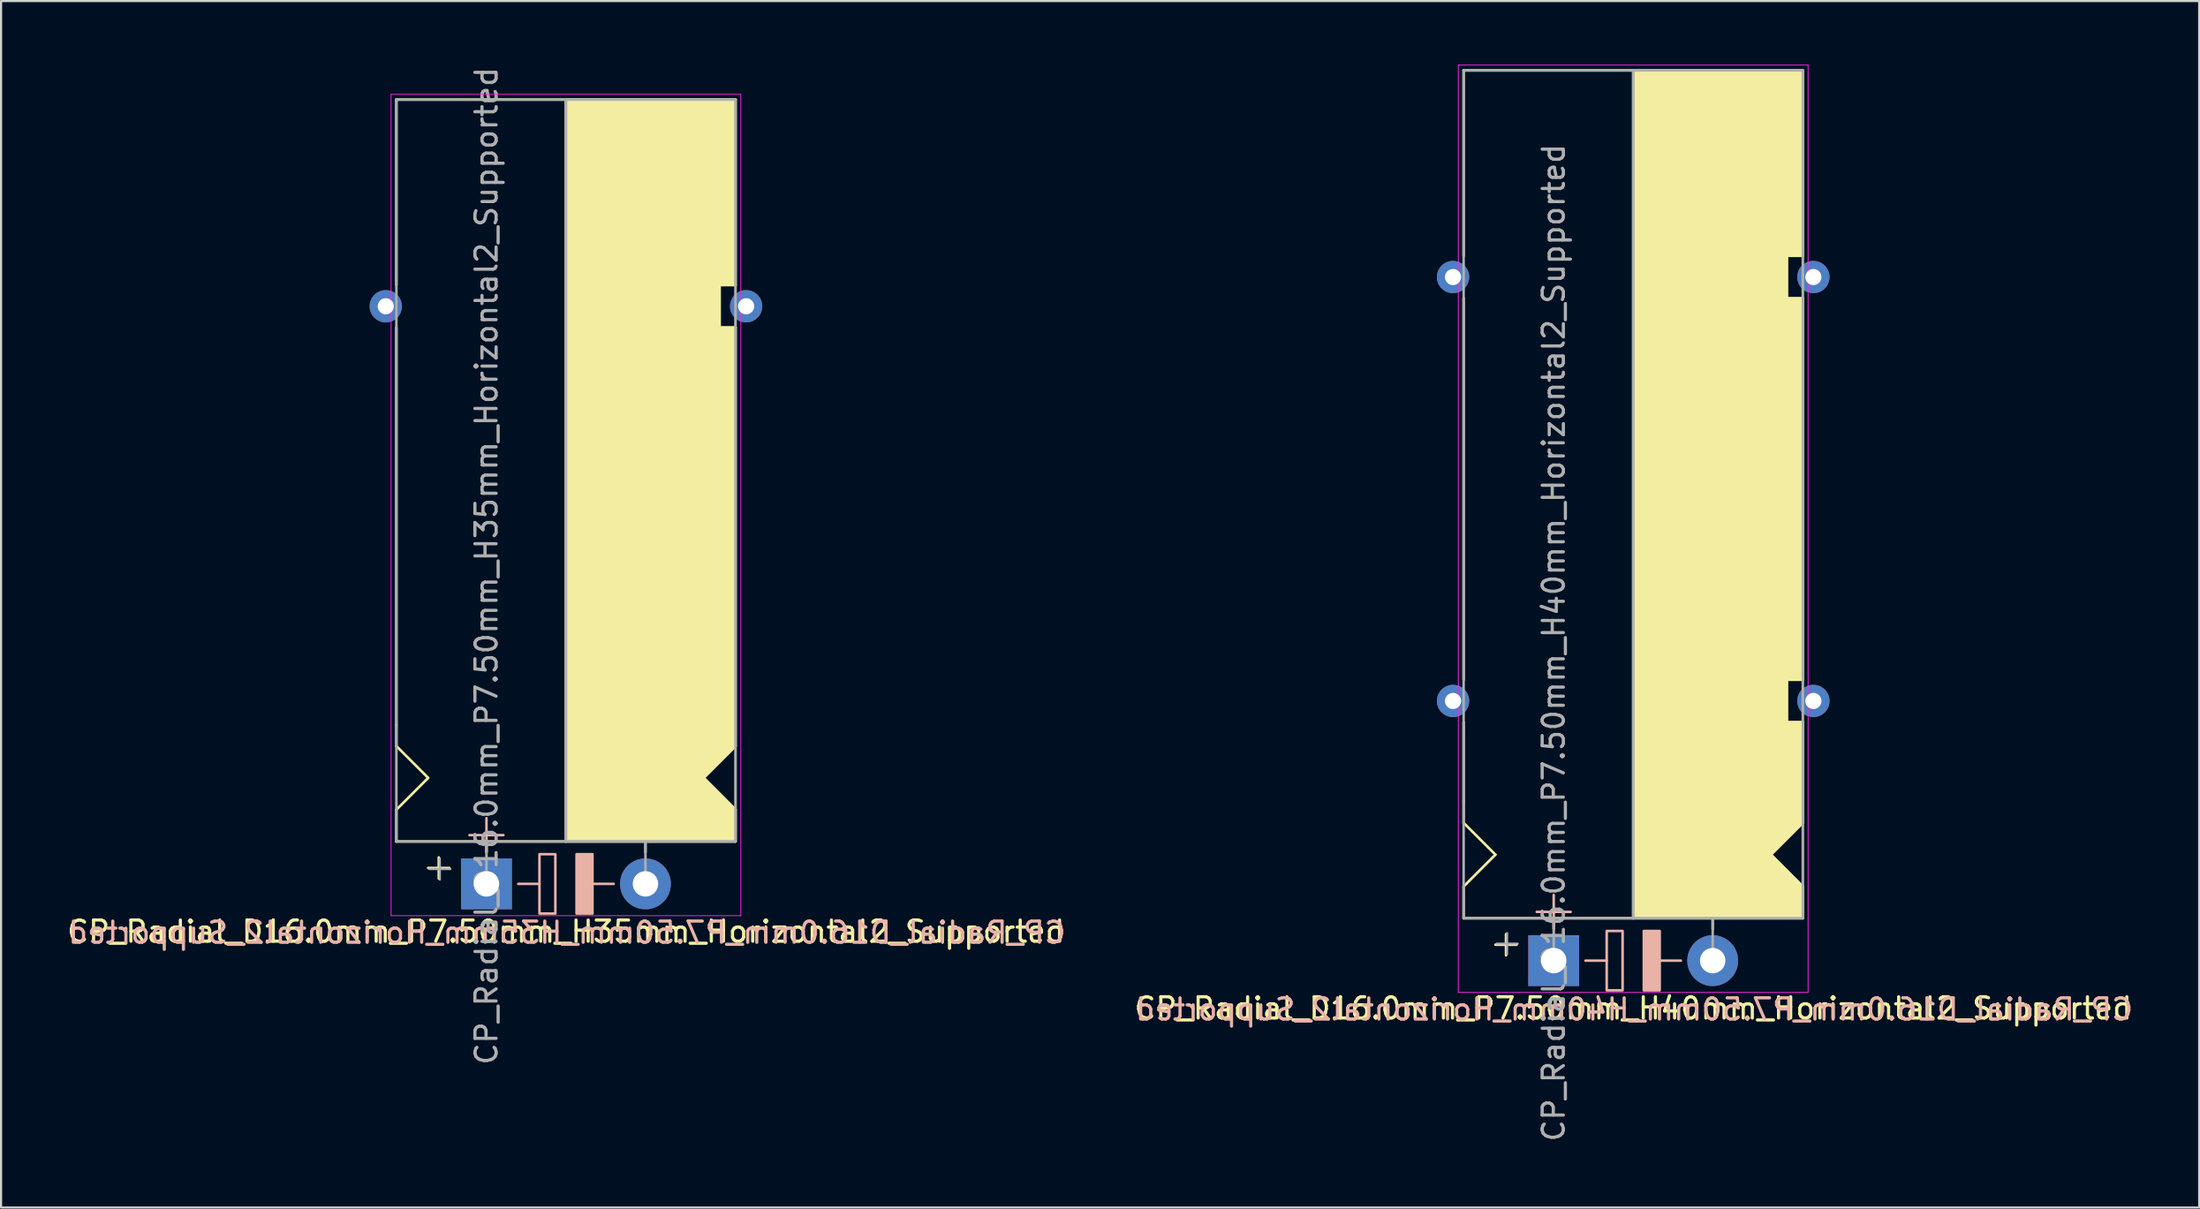
<source format=kicad_pcb>
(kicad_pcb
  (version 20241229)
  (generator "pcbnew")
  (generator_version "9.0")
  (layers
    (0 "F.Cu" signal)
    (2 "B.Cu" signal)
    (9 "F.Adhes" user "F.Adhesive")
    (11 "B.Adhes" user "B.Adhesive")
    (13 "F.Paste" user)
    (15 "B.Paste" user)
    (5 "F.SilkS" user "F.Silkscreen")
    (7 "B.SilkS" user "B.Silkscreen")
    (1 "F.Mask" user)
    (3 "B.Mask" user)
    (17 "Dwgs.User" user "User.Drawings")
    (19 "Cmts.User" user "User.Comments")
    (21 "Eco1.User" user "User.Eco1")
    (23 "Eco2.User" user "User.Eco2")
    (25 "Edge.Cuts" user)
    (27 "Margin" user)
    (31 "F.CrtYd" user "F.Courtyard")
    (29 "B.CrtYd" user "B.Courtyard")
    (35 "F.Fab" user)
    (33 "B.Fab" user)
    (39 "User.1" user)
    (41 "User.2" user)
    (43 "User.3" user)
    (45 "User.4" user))
  (footprint "CP_Radial_D16.0mm_P7.50mm_H35mm_Horizontal2_Supported"
    (layer "F.Cu")
    (at 19.899 38.649)
    (property "Reference" "CP_Radial_D16.0mm_P7.50mm_H35mm_Horizontal2_Supported" (at 3.75 2.25 0) (layer "F.SilkS") (effects (font (size 1 1) (thickness 0.15))))
    (fp_line (start -4.25 -28.25) (end -4.25 -37) (stroke (width 0.12) (type solid)) (layer "F.SilkS"))
    (fp_line (start -4.25 -7.5) (end -4.25 -26.25) (stroke (width 0.12) (type solid)) (layer "F.SilkS"))
    (fp_line (start -4.25 -6.5) (end -4.25 -7.5) (stroke (width 0.12) (type solid)) (layer "F.SilkS"))
    (fp_line (start -4.25 -3.5) (end -2.75 -5) (stroke (width 0.12) (type solid)) (layer "F.SilkS"))
    (fp_line (start -4.25 -2) (end -4.25 -3.5) (stroke (width 0.12) (type solid)) (layer "F.SilkS"))
    (fp_line (start -2.75 -5) (end -4.25 -6.5) (stroke (width 0.12) (type solid)) (layer "F.SilkS"))
    (fp_line (start -2.25 -1.25) (end -2.25 -0.25) (stroke (width 0.12) (type solid)) (layer "F.SilkS"))
    (fp_line (start -1.75 -0.75) (end -2.75 -0.75) (stroke (width 0.12) (type solid)) (layer "F.SilkS"))
    (fp_line (start 0 -1.5) (end 0 -2) (stroke (width 0.12) (type solid)) (layer "F.SilkS"))
    (fp_line (start 3.75 -2) (end -4.25 -2) (stroke (width 0.12) (type solid)) (layer "F.SilkS"))
    (fp_line (start 3.75 -2) (end 3.75 -37) (stroke (width 0.12) (type solid)) (layer "F.SilkS"))
    (fp_line (start 3.75 -2) (end 11.75 -2) (stroke (width 0.12) (type solid)) (layer "F.SilkS"))
    (fp_line (start 7.5 -1.5) (end 7.5 -2) (stroke (width 0.12) (type solid)) (layer "F.SilkS"))
    (fp_line (start 10.25 -5) (end 11.75 -6.5) (stroke (width 0.12) (type solid)) (layer "F.SilkS"))
    (fp_line (start 11 -28.25) (end 11 -26.25) (stroke (width 0.12) (type solid)) (layer "F.SilkS"))
    (fp_line (start 11 -26.25) (end 11.75 -26.25) (stroke (width 0.12) (type solid)) (layer "F.SilkS"))
    (fp_line (start 11.75 -37) (end -4.25 -37) (stroke (width 0.12) (type solid)) (layer "F.SilkS"))
    (fp_line (start 11.75 -37) (end 11.75 -28.25) (stroke (width 0.12) (type solid)) (layer "F.SilkS"))
    (fp_line (start 11.75 -28.25) (end 11 -28.25) (stroke (width 0.12) (type solid)) (layer "F.SilkS"))
    (fp_line (start 11.75 -26.25) (end 11.75 -6.5) (stroke (width 0.12) (type solid)) (layer "F.SilkS"))
    (fp_line (start 11.75 -3.5) (end 10.25 -5) (stroke (width 0.12) (type solid)) (layer "F.SilkS"))
    (fp_line (start 11.75 -2) (end 11.75 -3.5) (stroke (width 0.12) (type solid)) (layer "F.SilkS"))
    (fp_poly (pts (xy 11.75 -3.5) (xy 10.25 -5) (xy 11.75 -6.5) (xy 11.75 -26.25) (xy 11 -26.25) (xy 11 -28.25) (xy 11.75 -28.25) (xy 11.75 -37) (xy 3.75 -37) (xy 3.75 -2) (xy 11.75 -2)) (stroke (width 0.1) (type solid)) (fill yes) (layer "F.SilkS"))
    (fp_line (start 0 -3.1) (end 0 -1.5) (stroke (width 0.12) (type solid)) (layer "B.SilkS"))
    (fp_line (start 0.8 -2.3) (end -0.8 -2.3) (stroke (width 0.12) (type solid)) (layer "B.SilkS"))
    (fp_line (start 2.5 0) (end 1.5 0) (stroke (width 0.12) (type solid)) (layer "B.SilkS"))
    (fp_line (start 6 0) (end 5 0) (stroke (width 0.12) (type solid)) (layer "B.SilkS"))
    (fp_rect (start 2.5 -1.4) (end 3.25 1.4) (stroke (width 0.12) (type solid)) (fill no) (layer "B.SilkS"))
    (fp_rect (start 4.25 -1.4) (end 5 1.4) (stroke (width 0.12) (type solid)) (fill yes) (layer "B.SilkS"))
    (fp_line (start -4.5 -37.25) (end -4.5 1.5) (stroke (width 0.04) (type solid)) (layer "F.CrtYd"))
    (fp_line (start -4.5 1.5) (end 12 1.5) (stroke (width 0.04) (type solid)) (layer "F.CrtYd"))
    (fp_line (start 12 -37.25) (end -4.5 -37.25) (stroke (width 0.04) (type solid)) (layer "F.CrtYd"))
    (fp_line (start 12 1.5) (end 12 -37.25) (stroke (width 0.04) (type solid)) (layer "F.CrtYd"))
    (fp_line (start -4.25 -37) (end 11.75 -37) (stroke (width 0.12) (type solid)) (layer "F.Fab"))
    (fp_line (start -4.25 -2) (end -4.25 -37) (stroke (width 0.12) (type solid)) (layer "F.Fab"))
    (fp_line (start -2.7 -0.7) (end -1.7 -0.7) (stroke (width 0.1) (type solid)) (layer "F.Fab"))
    (fp_line (start -2.2 -0.2) (end -2.2 -1.2) (stroke (width 0.1) (type solid)) (layer "F.Fab"))
    (fp_line (start 0 -2) (end -4.25 -2) (stroke (width 0.12) (type solid)) (layer "F.Fab"))
    (fp_line (start 0 0) (end 0 -2) (stroke (width 0.12) (type solid)) (layer "F.Fab"))
    (fp_line (start 3.75 -2) (end 3.75 -37) (stroke (width 0.12) (type solid)) (layer "F.Fab"))
    (fp_line (start 7.5 0) (end 7.5 -2) (stroke (width 0.12) (type solid)) (layer "F.Fab"))
    (fp_line (start 11.75 -37) (end 11.75 -2) (stroke (width 0.12) (type solid)) (layer "F.Fab"))
    (fp_line (start 11.75 -2) (end 0 -2) (stroke (width 0.12) (type solid)) (layer "F.Fab"))
    (fp_poly (pts (xy 11.75 -37) (xy 3.75 -37) (xy 3.75 -2) (xy 11.75 -2)) (stroke (width 0.1) (type solid)) (fill no) (layer "F.Fab"))
    (fp_text user "${REFERENCE}" (at 3.8 2.3 0) (layer "B.SilkS") (effects (font (size 1 1) (thickness 0.15)) (justify mirror)))
    (fp_text user "${REFERENCE}" (at 0 -15 90) (layer "F.Fab") (effects (font (size 1 1) (thickness 0.15))))
    (pad "1" thru_hole rect (at 0 0) (size 2.4 2.4) (drill 1.2) (layers "*.Cu" "*.Mask"))
    (pad "2" thru_hole circle (at 7.5 0) (size 2.4 2.4) (drill 1.2) (layers "*.Cu" "*.Mask"))
    (pad "~" thru_hole circle (at -4.75 -27.25 180) (size 1.524 1.524) (drill 0.762) (layers "*.Cu" "*.Mask"))
    (pad "~" thru_hole circle (at 12.25 -27.25 180) (size 1.524 1.524) (drill 0.762) (layers "*.Cu" "*.Mask")))
  (footprint "CP_Radial_D16.0mm_P7.50mm_H40mm_Horizontal2_Supported"
    (layer "F.Cu")
    (at 70.246 42.27)
    (property "Reference" "CP_Radial_D16.0mm_P7.50mm_H40mm_Horizontal2_Supported" (at 3.75 2.25 0) (layer "F.SilkS") (effects (font (size 1 1) (thickness 0.15))))
    (fp_line (start -4.25 -33.25) (end -4.25 -42) (stroke (width 0.12) (type solid)) (layer "F.SilkS"))
    (fp_line (start -4.25 -31.25) (end -4.25 -13.25) (stroke (width 0.12) (type solid)) (layer "F.SilkS"))
    (fp_line (start -4.25 -7.5) (end -4.25 -11.25) (stroke (width 0.12) (type solid)) (layer "F.SilkS"))
    (fp_line (start -4.25 -6.5) (end -4.25 -7.5) (stroke (width 0.12) (type solid)) (layer "F.SilkS"))
    (fp_line (start -4.25 -3.5) (end -2.75 -5) (stroke (width 0.12) (type solid)) (layer "F.SilkS"))
    (fp_line (start -4.25 -2) (end -4.25 -3.5) (stroke (width 0.12) (type solid)) (layer "F.SilkS"))
    (fp_line (start -2.75 -5) (end -4.25 -6.5) (stroke (width 0.12) (type solid)) (layer "F.SilkS"))
    (fp_line (start -2.25 -1.25) (end -2.25 -0.25) (stroke (width 0.12) (type solid)) (layer "F.SilkS"))
    (fp_line (start -1.75 -0.75) (end -2.75 -0.75) (stroke (width 0.12) (type solid)) (layer "F.SilkS"))
    (fp_line (start 0 -1.5) (end 0 -2) (stroke (width 0.12) (type solid)) (layer "F.SilkS"))
    (fp_line (start 3.75 -2) (end -4.25 -2) (stroke (width 0.12) (type solid)) (layer "F.SilkS"))
    (fp_line (start 3.75 -2) (end 3.75 -42) (stroke (width 0.12) (type solid)) (layer "F.SilkS"))
    (fp_line (start 3.75 -2) (end 11.75 -2) (stroke (width 0.12) (type solid)) (layer "F.SilkS"))
    (fp_line (start 7.5 -1.5) (end 7.5 -2) (stroke (width 0.12) (type solid)) (layer "F.SilkS"))
    (fp_line (start 10.25 -5) (end 11.75 -6.5) (stroke (width 0.12) (type solid)) (layer "F.SilkS"))
    (fp_line (start 11 -33.25) (end 11 -31.25) (stroke (width 0.12) (type solid)) (layer "F.SilkS"))
    (fp_line (start 11 -31.25) (end 11.75 -31.25) (stroke (width 0.12) (type solid)) (layer "F.SilkS"))
    (fp_line (start 11 -13.25) (end 11 -11.25) (stroke (width 0.12) (type solid)) (layer "F.SilkS"))
    (fp_line (start 11 -11.25) (end 11.75 -11.25) (stroke (width 0.12) (type solid)) (layer "F.SilkS"))
    (fp_line (start 11.75 -42) (end -4.25 -42) (stroke (width 0.12) (type solid)) (layer "F.SilkS"))
    (fp_line (start 11.75 -42) (end 11.75 -33.25) (stroke (width 0.12) (type solid)) (layer "F.SilkS"))
    (fp_line (start 11.75 -33.25) (end 11 -33.25) (stroke (width 0.12) (type solid)) (layer "F.SilkS"))
    (fp_line (start 11.75 -13.25) (end 11 -13.25) (stroke (width 0.12) (type solid)) (layer "F.SilkS"))
    (fp_line (start 11.75 -13.25) (end 11.75 -31.25) (stroke (width 0.12) (type solid)) (layer "F.SilkS"))
    (fp_line (start 11.75 -11.25) (end 11.75 -6.5) (stroke (width 0.12) (type solid)) (layer "F.SilkS"))
    (fp_line (start 11.75 -3.5) (end 10.25 -5) (stroke (width 0.12) (type solid)) (layer "F.SilkS"))
    (fp_line (start 11.75 -2) (end 11.75 -3.5) (stroke (width 0.12) (type solid)) (layer "F.SilkS"))
    (fp_poly (pts (xy 11.75 -3.5) (xy 10.25 -5) (xy 11.75 -6.5) (xy 11.75 -11.25) (xy 11 -11.25) (xy 11 -13.25) (xy 11.75 -13.25) (xy 11.75 -31.25) (xy 11 -31.25) (xy 11 -33.25) (xy 11.75 -33.25) (xy 11.75 -42) (xy 3.75 -42) (xy 3.75 -2) (xy 11.75 -2)) (stroke (width 0.1) (type solid)) (fill yes) (layer "F.SilkS"))
    (fp_line (start 0 -3.1) (end 0 -1.5) (stroke (width 0.12) (type solid)) (layer "B.SilkS"))
    (fp_line (start 0.8 -2.3) (end -0.8 -2.3) (stroke (width 0.12) (type solid)) (layer "B.SilkS"))
    (fp_line (start 2.5 0) (end 1.5 0) (stroke (width 0.12) (type solid)) (layer "B.SilkS"))
    (fp_line (start 6 0) (end 5 0) (stroke (width 0.12) (type solid)) (layer "B.SilkS"))
    (fp_rect (start 2.5 -1.4) (end 3.25 1.4) (stroke (width 0.12) (type solid)) (fill no) (layer "B.SilkS"))
    (fp_rect (start 4.25 -1.4) (end 5 1.4) (stroke (width 0.12) (type solid)) (fill yes) (layer "B.SilkS"))
    (fp_line (start -4.5 -42.25) (end -4.5 1.5) (stroke (width 0.04) (type solid)) (layer "F.CrtYd"))
    (fp_line (start -4.5 1.5) (end 12 1.5) (stroke (width 0.04) (type solid)) (layer "F.CrtYd"))
    (fp_line (start 12 -42.25) (end -4.5 -42.25) (stroke (width 0.04) (type solid)) (layer "F.CrtYd"))
    (fp_line (start 12 1.5) (end 12 -42.25) (stroke (width 0.04) (type solid)) (layer "F.CrtYd"))
    (fp_line (start -4.25 -42) (end 11.75 -42) (stroke (width 0.12) (type solid)) (layer "F.Fab"))
    (fp_line (start -4.25 -2) (end -4.25 -42) (stroke (width 0.12) (type solid)) (layer "F.Fab"))
    (fp_line (start -2.7 -0.8) (end -1.7 -0.8) (stroke (width 0.1) (type solid)) (layer "F.Fab"))
    (fp_line (start -2.2 -0.3) (end -2.2 -1.3) (stroke (width 0.1) (type solid)) (layer "F.Fab"))
    (fp_line (start 0 -2) (end -4.25 -2) (stroke (width 0.12) (type solid)) (layer "F.Fab"))
    (fp_line (start 0 0) (end 0 -2) (stroke (width 0.12) (type solid)) (layer "F.Fab"))
    (fp_line (start 3.75 -2) (end 3.75 -42) (stroke (width 0.12) (type solid)) (layer "F.Fab"))
    (fp_line (start 7.5 0) (end 7.5 -2) (stroke (width 0.12) (type solid)) (layer "F.Fab"))
    (fp_line (start 11.75 -42) (end 11.75 -2) (stroke (width 0.12) (type solid)) (layer "F.Fab"))
    (fp_line (start 11.75 -2) (end 0 -2) (stroke (width 0.12) (type solid)) (layer "F.Fab"))
    (fp_poly (pts (xy 11.75 -42) (xy 3.75 -42) (xy 3.75 -2) (xy 11.75 -2)) (stroke (width 0.1) (type solid)) (fill no) (layer "F.Fab"))
    (fp_text user "${REFERENCE}" (at 3.8 2.3 0) (layer "B.SilkS") (effects (font (size 1 1) (thickness 0.15)) (justify mirror)))
    (fp_text user "${REFERENCE}" (at 0 -15 90) (layer "F.Fab") (effects (font (size 1 1) (thickness 0.15))))
    (pad "1" thru_hole rect (at 0 0) (size 2.4 2.4) (drill 1.2) (layers "*.Cu" "*.Mask"))
    (pad "2" thru_hole circle (at 7.5 0) (size 2.4 2.4) (drill 1.2) (layers "*.Cu" "*.Mask"))
    (pad "~" thru_hole circle (at -4.75 -32.25 180) (size 1.524 1.524) (drill 0.762) (layers "*.Cu" "*.Mask"))
    (pad "~" thru_hole circle (at -4.75 -12.25 180) (size 1.524 1.524) (drill 0.762) (layers "*.Cu" "*.Mask"))
    (pad "~" thru_hole circle (at 12.25 -32.25 180) (size 1.524 1.524) (drill 0.762) (layers "*.Cu" "*.Mask"))
    (pad "~" thru_hole circle (at 12.25 -12.25 180) (size 1.524 1.524) (drill 0.762) (layers "*.Cu" "*.Mask")))
  (gr_rect
    (start -3 -3)
    (end 100.695 53.919)
    (stroke (width 0.1) (type default))
    (fill no)
    (layer "Edge.Cuts")))
</source>
